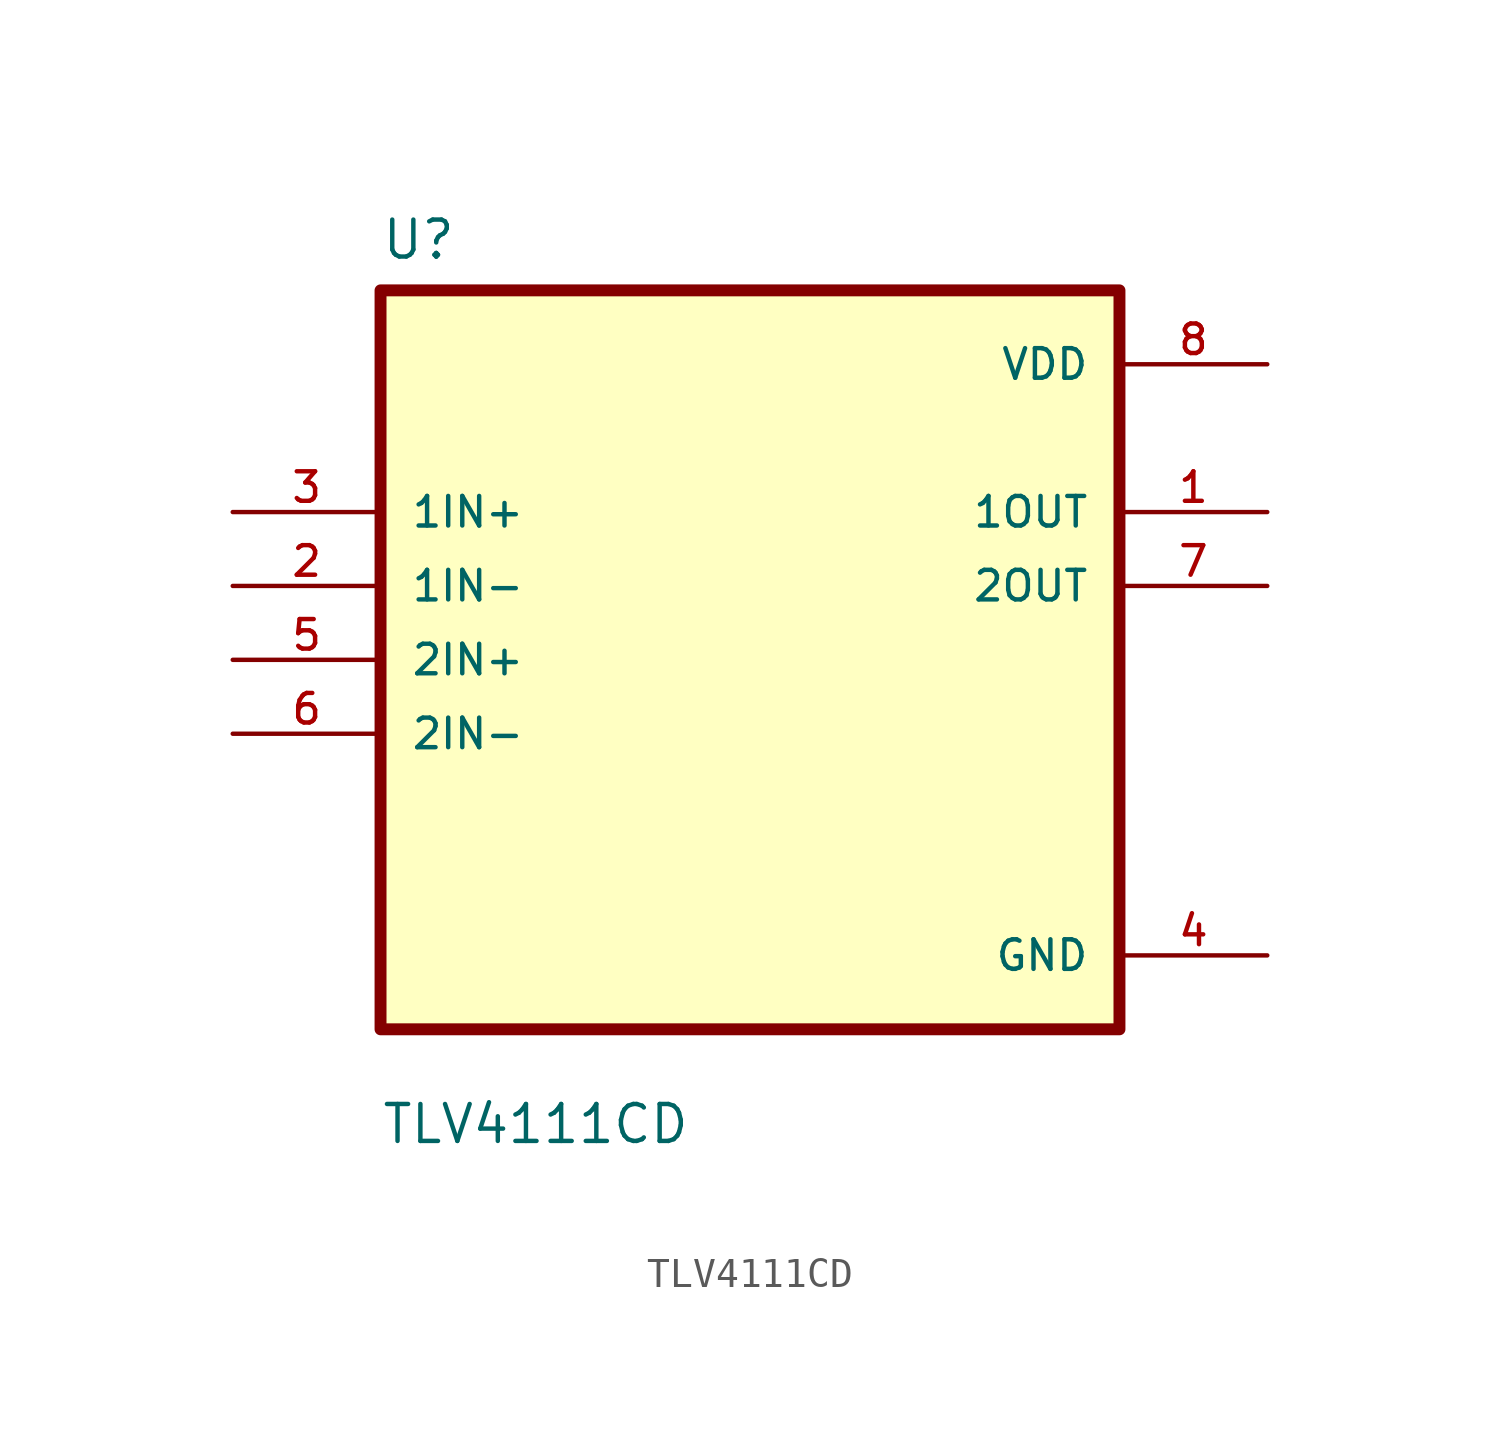
<source format=kicad_sym>
(kicad_symbol_lib
  (version 20211014)
  (generator kicad_symbol_editor)
  (symbol "TLV4111CD"
    (pin_names
      (offset 1.016))
    (property "Reference" "U"
      (at -12.7 13.7 0.0)
      (effects (font (size 1.27 1.27)) (justify bottom left)))
    (property "Value" "TLV4111CD"
      (at -12.7 -16.7 0.0)
      (effects (font (size 1.27 1.27)) (justify bottom left)))
    (symbol "TLV4111CD_0_0"
      (rectangle (start -12.7 -12.7) (end 12.7 12.7) (stroke (width 0.41)) (fill (type background)))
      (pin input line (at -17.78 5.08 0) (length 5.08) (name "1IN+" (effects (font (size 1.016 1.016)))) (number "3" (effects (font (size 1.016 1.016)))))
      (pin input line (at -17.78 2.54 0) (length 5.08) (name "1IN-" (effects (font (size 1.016 1.016)))) (number "2" (effects (font (size 1.016 1.016)))))
      (pin input line (at -17.78 -8.881784197e-16 0) (length 5.08) (name "2IN+" (effects (font (size 1.016 1.016)))) (number "5" (effects (font (size 1.016 1.016)))))
      (pin input line (at -17.78 -2.54 0) (length 5.08) (name "2IN-" (effects (font (size 1.016 1.016)))) (number "6" (effects (font (size 1.016 1.016)))))
      (pin power_in line (at 17.78 10.16 180.0) (length 5.08) (name "VDD" (effects (font (size 1.016 1.016)))) (number "8" (effects (font (size 1.016 1.016)))))
      (pin output line (at 17.78 5.08 180.0) (length 5.08) (name "1OUT" (effects (font (size 1.016 1.016)))) (number "1" (effects (font (size 1.016 1.016)))))
      (pin output line (at 17.78 2.54 180.0) (length 5.08) (name "2OUT" (effects (font (size 1.016 1.016)))) (number "7" (effects (font (size 1.016 1.016)))))
      (pin power_in line (at 17.78 -10.16 180.0) (length 5.08) (name "GND" (effects (font (size 1.016 1.016)))) (number "4" (effects (font (size 1.016 1.016))))))))
</source>
